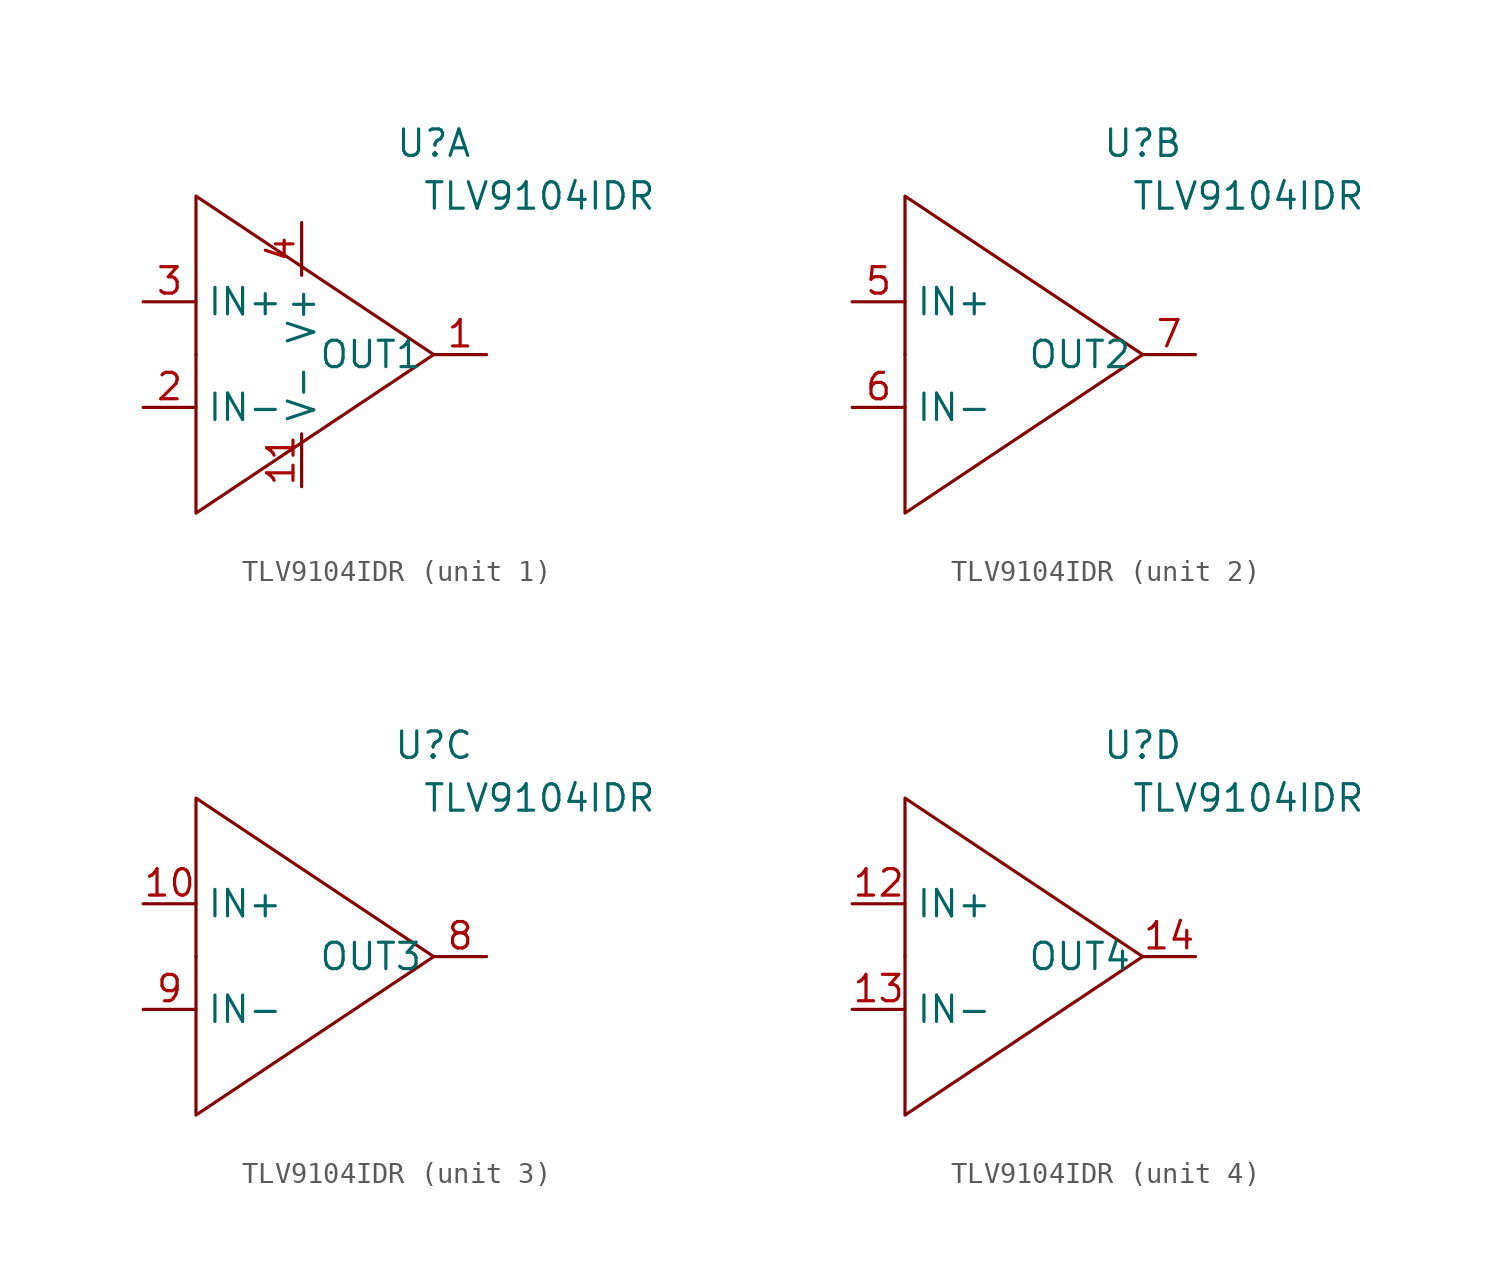
<source format=kicad_sym>
(kicad_symbol_lib
  (version 20220914)
  (generator kicad_symbol_editor)
  (symbol "TLV9104IDR"
    (property "Reference" "U"
      (at 6.35 10.16 0)
      (effects (font (size 1.27 1.27))))
    (property "Value" "TLV9104IDR"
      (at 11.43 7.62 0)
      (effects (font (size 1.27 1.27))))
    (symbol "TLV9104IDR_0_1"
      (polyline (pts (xy -5.08 0) (xy -5.08 -7.62) (xy 6.35 0)) (stroke (width 0) (type default)) (fill (type none)))
      (polyline (pts (xy -5.08 0) (xy -5.08 7.62) (xy 6.35 0)) (stroke (width 0) (type default)) (fill (type none))))
    (symbol "TLV9104IDR_1_1"
      (pin output line (at 8.89 0 180) (length 2.54) (name "OUT1" (effects (font (size 1.27 1.27)))) (number "1" (effects (font (size 1.27 1.27)))))
      (pin power_out line (at 0 -6.35 90) (length 2.54) (name "V-" (effects (font (size 1.27 1.27)))) (number "11" (effects (font (size 1.27 1.27)))))
      (pin input line (at -7.62 -2.54 0) (length 2.54) (name "IN-" (effects (font (size 1.27 1.27)))) (number "2" (effects (font (size 1.27 1.27)))))
      (pin input line (at -7.62 2.54 0) (length 2.54) (name "IN+" (effects (font (size 1.27 1.27)))) (number "3" (effects (font (size 1.27 1.27)))))
      (pin power_in line (at 0 6.35 270) (length 2.54) (name "V+" (effects (font (size 1.27 1.27)))) (number "4" (effects (font (size 1.27 1.27))))))
    (symbol "TLV9104IDR_2_1"
      (pin input line (at -7.62 2.54 0) (length 2.54) (name "IN+" (effects (font (size 1.27 1.27)))) (number "5" (effects (font (size 1.27 1.27)))))
      (pin input line (at -7.62 -2.54 0) (length 2.54) (name "IN-" (effects (font (size 1.27 1.27)))) (number "6" (effects (font (size 1.27 1.27)))))
      (pin output line (at 8.89 0 180) (length 2.54) (name "OUT2" (effects (font (size 1.27 1.27)))) (number "7" (effects (font (size 1.27 1.27))))))
    (symbol "TLV9104IDR_3_1"
      (pin input line (at -7.62 2.54 0) (length 2.54) (name "IN+" (effects (font (size 1.27 1.27)))) (number "10" (effects (font (size 1.27 1.27)))))
      (pin output line (at 8.89 0 180) (length 2.54) (name "OUT3" (effects (font (size 1.27 1.27)))) (number "8" (effects (font (size 1.27 1.27)))))
      (pin input line (at -7.62 -2.54 0) (length 2.54) (name "IN-" (effects (font (size 1.27 1.27)))) (number "9" (effects (font (size 1.27 1.27))))))
    (symbol "TLV9104IDR_4_1"
      (pin input line (at -7.62 2.54 0) (length 2.54) (name "IN+" (effects (font (size 1.27 1.27)))) (number "12" (effects (font (size 1.27 1.27)))))
      (pin input line (at -7.62 -2.54 0) (length 2.54) (name "IN-" (effects (font (size 1.27 1.27)))) (number "13" (effects (font (size 1.27 1.27)))))
      (pin output line (at 8.89 0 180) (length 2.54) (name "OUT4" (effects (font (size 1.27 1.27)))) (number "14" (effects (font (size 1.27 1.27))))))))
</source>
